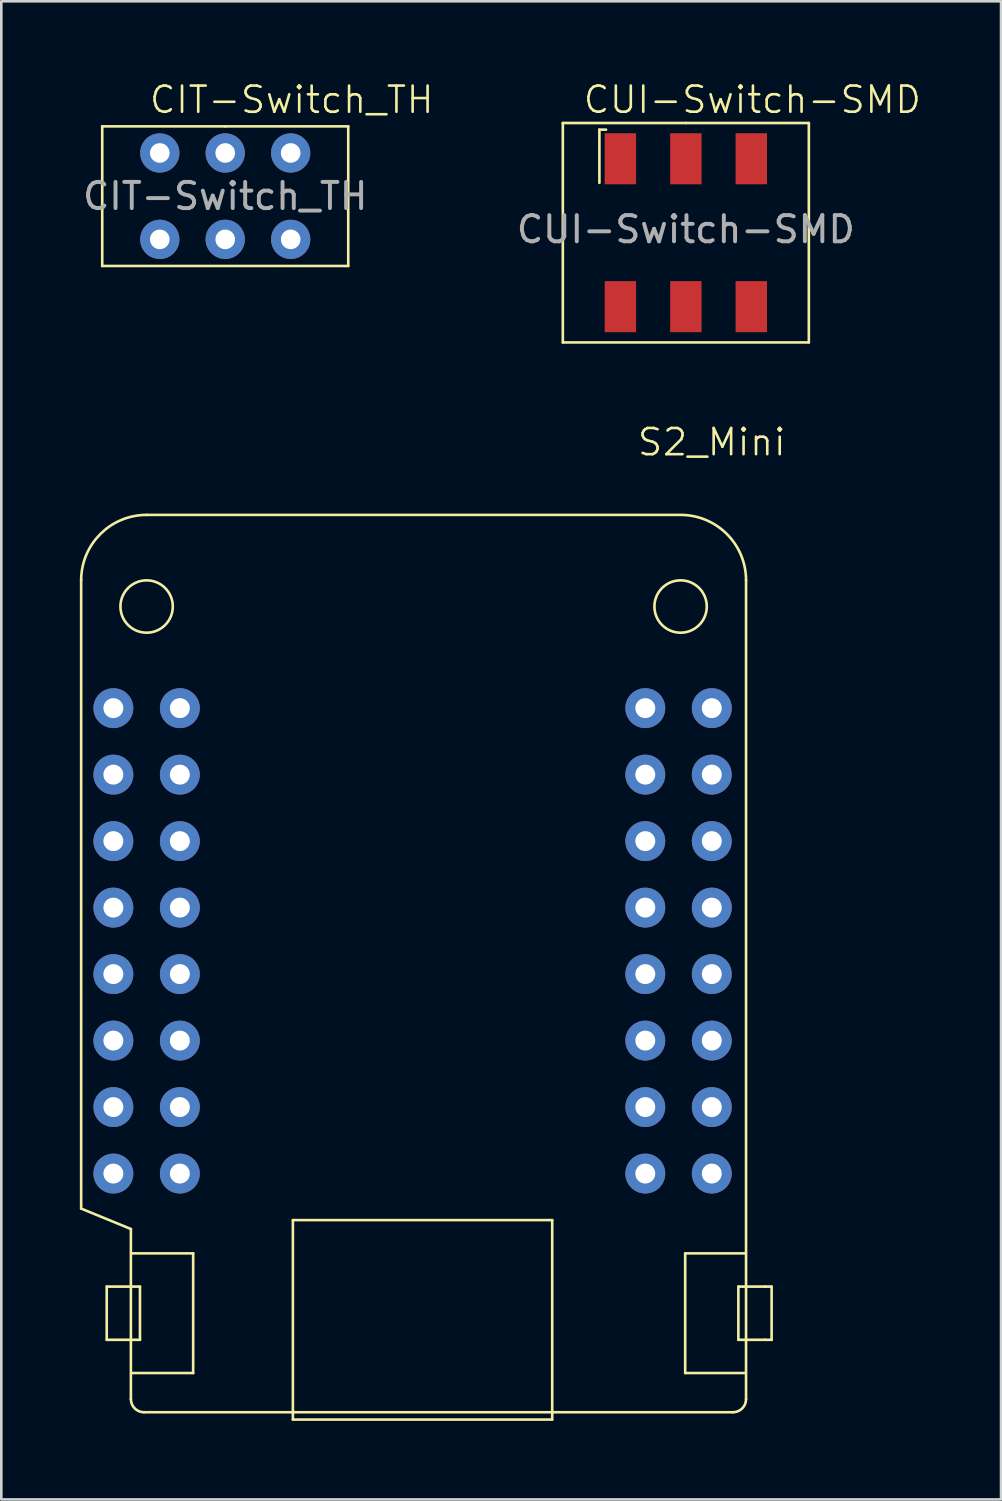
<source format=kicad_pcb>
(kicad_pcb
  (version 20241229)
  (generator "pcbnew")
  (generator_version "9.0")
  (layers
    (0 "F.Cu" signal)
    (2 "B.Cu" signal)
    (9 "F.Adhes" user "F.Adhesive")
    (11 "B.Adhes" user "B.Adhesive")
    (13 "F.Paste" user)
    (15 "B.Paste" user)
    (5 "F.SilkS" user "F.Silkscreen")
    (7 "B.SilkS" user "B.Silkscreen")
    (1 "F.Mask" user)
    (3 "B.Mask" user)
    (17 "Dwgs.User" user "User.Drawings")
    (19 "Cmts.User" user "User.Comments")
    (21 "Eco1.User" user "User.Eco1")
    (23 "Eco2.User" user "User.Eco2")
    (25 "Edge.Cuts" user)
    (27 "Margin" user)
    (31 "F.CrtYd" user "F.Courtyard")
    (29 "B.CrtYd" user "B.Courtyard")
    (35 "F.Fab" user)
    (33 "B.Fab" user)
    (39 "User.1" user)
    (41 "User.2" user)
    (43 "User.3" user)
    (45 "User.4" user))
  (footprint "CIT-Switch_TH"
    (layer "F.Cu")
    (at 5.554 4.444)
    (property "Reference" "CIT-Switch_TH" (at 2.54 -3.683 0) (unlocked yes) (layer "F.SilkS") (effects (font (size 1 1) (thickness 0.1))))
    (attr through_hole)
    (fp_line (start -4.699 -2.667) (end 0 -2.667) (stroke (width 0.1) (type default)) (layer "F.SilkS"))
    (fp_line (start -4.699 2.667) (end -4.699 -2.667) (stroke (width 0.1) (type default)) (layer "F.SilkS"))
    (fp_line (start 0 -2.667) (end 4.699 -2.667) (stroke (width 0.1) (type default)) (layer "F.SilkS"))
    (fp_line (start 4.699 -2.667) (end 4.699 2.667) (stroke (width 0.1) (type default)) (layer "F.SilkS"))
    (fp_line (start 4.699 2.667) (end -4.699 2.667) (stroke (width 0.1) (type default)) (layer "F.SilkS"))
    (fp_text user "${REFERENCE}" (at 0 0 0) (unlocked yes) (layer "F.Fab") (effects (font (size 1 1) (thickness 0.15))))
    (pad "1" thru_hole circle (at -2.5 -1.65) (size 1.5 1.5) (drill 0.75) (layers "*.Cu" "*.Mask"))
    (pad "2" thru_hole circle (at 0 -1.65) (size 1.5 1.5) (drill 0.75) (layers "*.Cu" "*.Mask"))
    (pad "3" thru_hole circle (at 2.5 -1.65) (size 1.5 1.5) (drill 0.75) (layers "*.Cu" "*.Mask"))
    (pad "4" thru_hole circle (at -2.5 1.65) (size 1.5 1.5) (drill 0.75) (layers "*.Cu" "*.Mask"))
    (pad "5" thru_hole circle (at 0 1.65) (size 1.5 1.5) (drill 0.75) (layers "*.Cu" "*.Mask"))
    (pad "6" thru_hole circle (at 2.5 1.65) (size 1.5 1.5) (drill 0.75) (layers "*.Cu" "*.Mask")))
  (footprint "S2_Mini"
    (layer "F.Cu")
    (at 11.441 39.242)
    (property "Reference" "S2_Mini" (at 12.7 -25.4 0) (unlocked yes) (layer "F.SilkS") (effects (font (size 1 1) (thickness 0.1))))
    (attr through_hole)
    (fp_line (start -11.391 -20.122) (end -11.391 3.878) (stroke (width 0.1) (type default)) (layer "F.SilkS"))
    (fp_line (start -11.391 3.878) (end -9.491 4.658) (stroke (width 0.1) (type default)) (layer "F.SilkS"))
    (fp_line (start -10.414 6.858) (end -9.144 6.858) (stroke (width 0.1) (type default)) (layer "F.SilkS"))
    (fp_line (start -10.414 8.89) (end -10.414 6.858) (stroke (width 0.1) (type default)) (layer "F.SilkS"))
    (fp_line (start -9.491 11.158) (end -9.491 4.658) (stroke (width 0.1) (type default)) (layer "F.SilkS"))
    (fp_line (start -9.474 10.16) (end -7.112 10.16) (stroke (width 0.1) (type default)) (layer "F.SilkS"))
    (fp_line (start -9.144 6.858) (end -9.144 8.89) (stroke (width 0.1) (type default)) (layer "F.SilkS"))
    (fp_line (start -9.144 8.89) (end -10.414 8.89) (stroke (width 0.1) (type default)) (layer "F.SilkS"))
    (fp_line (start -8.991 11.658) (end 13.509 11.658) (stroke (width 0.1) (type default)) (layer "F.SilkS"))
    (fp_line (start -7.112 5.588) (end -9.474 5.588) (stroke (width 0.1) (type default)) (layer "F.SilkS"))
    (fp_line (start -7.112 10.16) (end -7.112 5.588) (stroke (width 0.1) (type default)) (layer "F.SilkS"))
    (fp_line (start -3.302 4.318) (end -3.302 11.684) (stroke (width 0.1) (type default)) (layer "F.SilkS"))
    (fp_line (start -3.302 11.684) (end -3.302 11.938) (stroke (width 0.1) (type default)) (layer "F.SilkS"))
    (fp_line (start -3.302 11.938) (end 6.604 11.938) (stroke (width 0.1) (type default)) (layer "F.SilkS"))
    (fp_line (start 6.604 4.318) (end -3.302 4.318) (stroke (width 0.1) (type default)) (layer "F.SilkS"))
    (fp_line (start 6.604 11.684) (end 6.604 4.318) (stroke (width 0.1) (type default)) (layer "F.SilkS"))
    (fp_line (start 6.604 11.938) (end 6.604 11.684) (stroke (width 0.1) (type default)) (layer "F.SilkS"))
    (fp_line (start 11.469 -22.622) (end -8.891 -22.622) (stroke (width 0.1) (type default)) (layer "F.SilkS"))
    (fp_line (start 11.684 5.588) (end 11.684 10.16) (stroke (width 0.1) (type default)) (layer "F.SilkS"))
    (fp_line (start 11.684 10.16) (end 13.97 10.16) (stroke (width 0.1) (type default)) (layer "F.SilkS"))
    (fp_line (start 13.716 6.858) (end 14.732 6.858) (stroke (width 0.1) (type default)) (layer "F.SilkS"))
    (fp_line (start 13.716 8.89) (end 13.716 6.858) (stroke (width 0.1) (type default)) (layer "F.SilkS"))
    (fp_line (start 13.97 5.588) (end 11.684 5.588) (stroke (width 0.1) (type default)) (layer "F.SilkS"))
    (fp_line (start 14.009 11.158) (end 14.009 -20.122) (stroke (width 0.1) (type default)) (layer "F.SilkS"))
    (fp_line (start 14.732 6.858) (end 14.986 6.858) (stroke (width 0.1) (type default)) (layer "F.SilkS"))
    (fp_line (start 14.732 8.89) (end 13.716 8.89) (stroke (width 0.1) (type default)) (layer "F.SilkS"))
    (fp_line (start 14.732 8.89) (end 14.986 8.89) (stroke (width 0.1) (type default)) (layer "F.SilkS"))
    (fp_line (start 14.986 6.858) (end 14.986 8.89) (stroke (width 0.1) (type default)) (layer "F.SilkS"))
    (fp_arc (start -11.390633 -20.122348) (mid -10.658401 -21.890116) (end -8.890633 -22.622348) (stroke (width 0.1) (type default)) (layer "F.SilkS"))
    (fp_arc (start -8.990633 11.657652) (mid -9.344187 11.511206) (end -9.490633 11.157652) (stroke (width 0.1) (type default)) (layer "F.SilkS"))
    (fp_arc (start 11.509367 -22.622348) (mid 13.277133 -21.890115) (end 14.009367 -20.122348) (stroke (width 0.1) (type default)) (layer "F.SilkS"))
    (fp_arc (start 14.009367 11.157652) (mid 13.862921 11.511206) (end 13.509367 11.657652) (stroke (width 0.1) (type default)) (layer "F.SilkS"))
    (fp_circle (center -8.89 -19.122) (end -7.89 -19.122) (stroke (width 0.1) (type default)) (fill no) (layer "F.SilkS"))
    (fp_circle (center 11.509 -19.122) (end 12.509 -19.122) (stroke (width 0.1) (type default)) (fill no) (layer "F.SilkS"))
    (pad "1" thru_hole circle (at -10.16 -15.24) (size 1.524 1.524) (drill 0.762) (layers "*.Cu" "*.Mask"))
    (pad "2" thru_hole circle (at -7.62 -15.24) (size 1.524 1.524) (drill 0.762) (layers "*.Cu" "*.Mask"))
    (pad "3" thru_hole circle (at -10.16 -12.7) (size 1.524 1.524) (drill 0.762) (layers "*.Cu" "*.Mask"))
    (pad "4" thru_hole circle (at -7.62 -12.7) (size 1.524 1.524) (drill 0.762) (layers "*.Cu" "*.Mask"))
    (pad "5" thru_hole circle (at -10.16 -10.16) (size 1.524 1.524) (drill 0.762) (layers "*.Cu" "*.Mask"))
    (pad "6" thru_hole circle (at -7.62 -10.16) (size 1.524 1.524) (drill 0.762) (layers "*.Cu" "*.Mask"))
    (pad "7" thru_hole circle (at -10.16 -7.62) (size 1.524 1.524) (drill 0.762) (layers "*.Cu" "*.Mask"))
    (pad "8" thru_hole circle (at -7.62 -7.62) (size 1.524 1.524) (drill 0.762) (layers "*.Cu" "*.Mask"))
    (pad "9" thru_hole circle (at -10.16 -5.08) (size 1.524 1.524) (drill 0.762) (layers "*.Cu" "*.Mask"))
    (pad "10" thru_hole circle (at -7.62 -5.08) (size 1.524 1.524) (drill 0.762) (layers "*.Cu" "*.Mask"))
    (pad "11" thru_hole circle (at -10.16 -2.54) (size 1.524 1.524) (drill 0.762) (layers "*.Cu" "*.Mask"))
    (pad "12" thru_hole circle (at -7.62 -2.54) (size 1.524 1.524) (drill 0.762) (layers "*.Cu" "*.Mask"))
    (pad "13" thru_hole circle (at -10.16 0) (size 1.524 1.524) (drill 0.762) (layers "*.Cu" "*.Mask"))
    (pad "14" thru_hole circle (at -7.62 0) (size 1.524 1.524) (drill 0.762) (layers "*.Cu" "*.Mask"))
    (pad "15" thru_hole circle (at -10.16 2.54) (size 1.524 1.524) (drill 0.762) (layers "*.Cu" "*.Mask"))
    (pad "16" thru_hole circle (at -7.62 2.54) (size 1.524 1.524) (drill 0.762) (layers "*.Cu" "*.Mask"))
    (pad "17" thru_hole circle (at 10.16 2.54) (size 1.524 1.524) (drill 0.762) (layers "*.Cu" "*.Mask"))
    (pad "18" thru_hole circle (at 12.7 2.54) (size 1.524 1.524) (drill 0.762) (layers "*.Cu" "*.Mask"))
    (pad "19" thru_hole circle (at 10.16 0) (size 1.524 1.524) (drill 0.762) (layers "*.Cu" "*.Mask"))
    (pad "20" thru_hole circle (at 12.7 0) (size 1.524 1.524) (drill 0.762) (layers "*.Cu" "*.Mask"))
    (pad "21" thru_hole circle (at 10.16 -2.54) (size 1.524 1.524) (drill 0.762) (layers "*.Cu" "*.Mask"))
    (pad "22" thru_hole circle (at 12.7 -2.54) (size 1.524 1.524) (drill 0.762) (layers "*.Cu" "*.Mask"))
    (pad "23" thru_hole circle (at 10.16 -5.08) (size 1.524 1.524) (drill 0.762) (layers "*.Cu" "*.Mask"))
    (pad "24" thru_hole circle (at 12.7 -5.08) (size 1.524 1.524) (drill 0.762) (layers "*.Cu" "*.Mask"))
    (pad "25" thru_hole circle (at 10.16 -7.62) (size 1.524 1.524) (drill 0.762) (layers "*.Cu" "*.Mask"))
    (pad "26" thru_hole circle (at 12.7 -7.62) (size 1.524 1.524) (drill 0.762) (layers "*.Cu" "*.Mask"))
    (pad "27" thru_hole circle (at 10.16 -10.16) (size 1.524 1.524) (drill 0.762) (layers "*.Cu" "*.Mask"))
    (pad "28" thru_hole circle (at 12.7 -10.16) (size 1.524 1.524) (drill 0.762) (layers "*.Cu" "*.Mask"))
    (pad "29" thru_hole circle (at 10.16 -12.7) (size 1.524 1.524) (drill 0.762) (layers "*.Cu" "*.Mask"))
    (pad "30" thru_hole circle (at 12.7 -12.7) (size 1.524 1.524) (drill 0.762) (layers "*.Cu" "*.Mask"))
    (pad "31" thru_hole circle (at 10.16 -15.24) (size 1.524 1.524) (drill 0.762) (layers "*.Cu" "*.Mask"))
    (pad "32" thru_hole circle (at 12.7 -15.24) (size 1.524 1.524) (drill 0.762) (layers "*.Cu" "*.Mask")))
  (footprint "CUI-Switch-SMD"
    (layer "F.Cu")
    (at 23.15 5.84)
    (property "Reference" "CUI-Switch-SMD" (at 2.54 -5.08 0) (unlocked yes) (layer "F.SilkS") (effects (font (size 1 1) (thickness 0.1))))
    (attr smd)
    (fp_line (start -4.699 -4.191) (end 0 -4.191) (stroke (width 0.1) (type default)) (layer "F.SilkS"))
    (fp_line (start -4.699 4.191) (end -4.699 -4.191) (stroke (width 0.1) (type default)) (layer "F.SilkS"))
    (fp_line (start -3.302 -3.937) (end -3.048 -3.937) (stroke (width 0.1) (type default)) (layer "F.SilkS"))
    (fp_line (start -3.302 -1.905) (end -3.302 -3.937) (stroke (width 0.1) (type default)) (layer "F.SilkS"))
    (fp_line (start 0 -4.191) (end 4.699 -4.191) (stroke (width 0.1) (type default)) (layer "F.SilkS"))
    (fp_line (start 4.699 -4.191) (end 4.699 4.191) (stroke (width 0.1) (type default)) (layer "F.SilkS"))
    (fp_line (start 4.699 4.191) (end -4.699 4.191) (stroke (width 0.1) (type default)) (layer "F.SilkS"))
    (fp_text user "${REFERENCE}" (at 0 -0.127 0) (unlocked yes) (layer "F.Fab") (effects (font (size 1 1) (thickness 0.15))))
    (pad "1" smd rect (at -2.5 -2.825) (size 1.2 1.95) (layers "F.Cu" "F.Mask" "F.Paste"))
    (pad "2" smd rect (at 0 -2.825) (size 1.2 1.95) (layers "F.Cu" "F.Mask" "F.Paste"))
    (pad "3" smd rect (at 2.5 -2.825) (size 1.2 1.95) (layers "F.Cu" "F.Mask" "F.Paste"))
    (pad "4" smd rect (at -2.5 2.825) (size 1.2 1.95) (layers "F.Cu" "F.Mask" "F.Paste"))
    (pad "5" smd rect (at 0 2.825) (size 1.2 1.95) (layers "F.Cu" "F.Mask" "F.Paste"))
    (pad "6" smd rect (at 2.5 2.825) (size 1.2 1.95) (layers "F.Cu" "F.Mask" "F.Paste")))
  (gr_rect
    (start -3 -3)
    (end 35.192 54.23)
    (stroke (width 0.1) (type default))
    (fill no)
    (layer "Edge.Cuts")))
</source>
